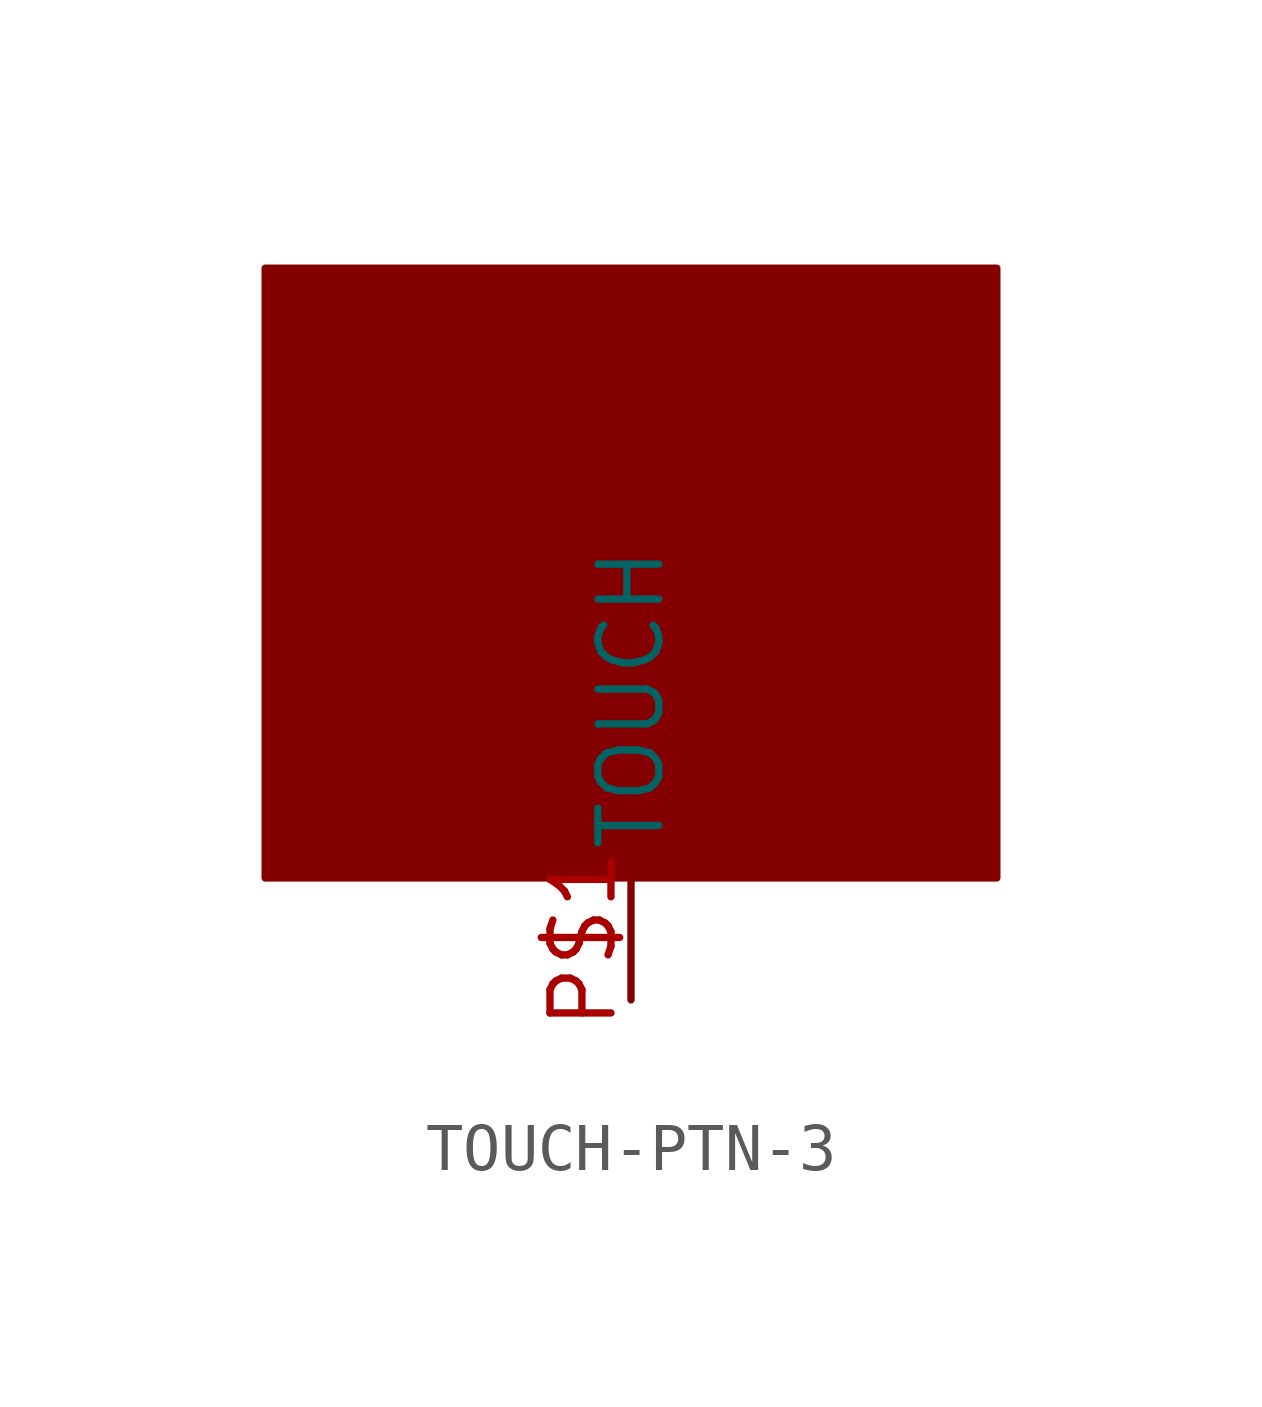
<source format=kicad_sym>
(kicad_symbol_lib
  (version 20220914)
  (generator kicad_symbol_editor)
  (symbol "TOUCH-PTN-3"
    (property "Reference" ""
      (at 0 0 0)
      (effects (font (size 1.27 1.27)) hide))
    (property "ki_locked" ""
      (at 0 0 0)
      (effects (font (size 1.27 1.27))))
    (symbol "TOUCH-PTN-3_1_0"
      (rectangle (start -7.62 2.54) (end 7.62 15.24) (stroke (width 0) (type default)) (fill (type outline)))
      (pin bidirectional line (at 0 0 90) (length 2.54) (name "TOUCH" (effects (font (size 1.27 1.27)))) (number "P$1" (effects (font (size 1.27 1.27))))))))
</source>
